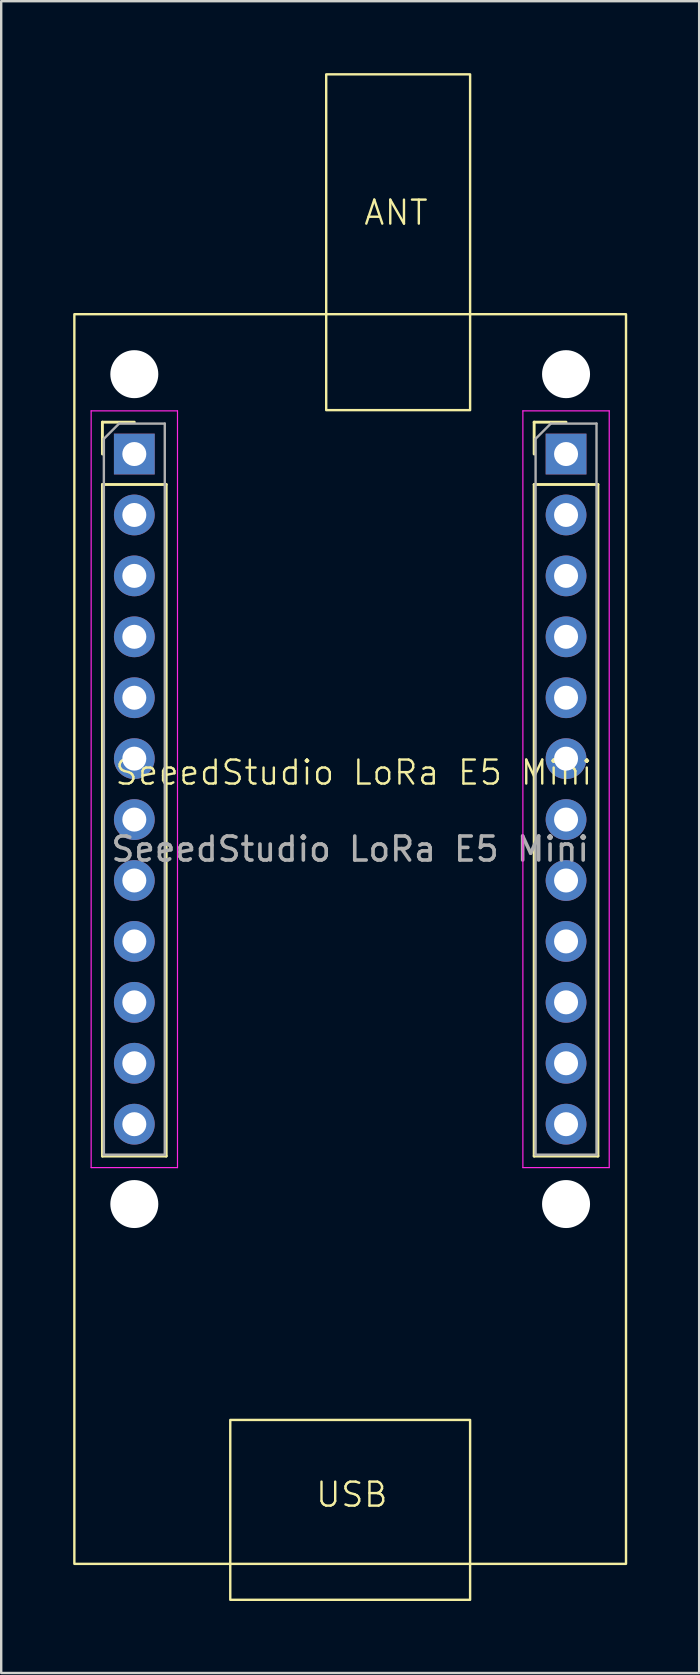
<source format=kicad_pcb>
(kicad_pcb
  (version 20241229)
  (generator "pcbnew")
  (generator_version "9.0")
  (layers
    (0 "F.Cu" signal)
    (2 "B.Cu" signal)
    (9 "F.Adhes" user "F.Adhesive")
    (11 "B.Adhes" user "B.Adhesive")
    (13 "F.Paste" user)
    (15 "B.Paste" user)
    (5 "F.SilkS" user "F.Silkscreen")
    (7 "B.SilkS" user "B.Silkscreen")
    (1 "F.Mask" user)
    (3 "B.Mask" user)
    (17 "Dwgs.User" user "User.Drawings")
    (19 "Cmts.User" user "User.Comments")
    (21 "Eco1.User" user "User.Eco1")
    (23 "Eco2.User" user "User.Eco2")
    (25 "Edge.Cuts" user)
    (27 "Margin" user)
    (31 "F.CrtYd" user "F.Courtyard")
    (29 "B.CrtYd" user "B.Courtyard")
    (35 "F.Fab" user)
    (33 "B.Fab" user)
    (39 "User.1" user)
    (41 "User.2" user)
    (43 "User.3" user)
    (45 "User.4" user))
  (footprint "SeeedStudio LoRa E5 Mini"
    (layer "F.Cu")
    (at 11.55 29.85)
    (property "Reference" "SeeedStudio LoRa E5 Mini" (at 0.15 -0.69 0) (unlocked yes) (layer "F.SilkS") (effects (font (size 1 1) (thickness 0.1))))
    (attr through_hole)
    (fp_line (start -10.33 -15.3) (end -9 -15.3) (stroke (width 0.12) (type solid)) (layer "F.SilkS"))
    (fp_line (start -10.33 -13.97) (end -10.33 -15.3) (stroke (width 0.12) (type solid)) (layer "F.SilkS"))
    (fp_line (start -10.33 -12.7) (end -10.33 15.3) (stroke (width 0.12) (type solid)) (layer "F.SilkS"))
    (fp_line (start -10.33 -12.7) (end -7.67 -12.7) (stroke (width 0.12) (type solid)) (layer "F.SilkS"))
    (fp_line (start -10.33 15.3) (end -7.67 15.3) (stroke (width 0.12) (type solid)) (layer "F.SilkS"))
    (fp_line (start -7.67 -12.7) (end -7.67 15.3) (stroke (width 0.12) (type solid)) (layer "F.SilkS"))
    (fp_line (start 7.67 -15.3) (end 9 -15.3) (stroke (width 0.12) (type solid)) (layer "F.SilkS"))
    (fp_line (start 7.67 -13.97) (end 7.67 -15.3) (stroke (width 0.12) (type solid)) (layer "F.SilkS"))
    (fp_line (start 7.67 -12.7) (end 7.67 15.3) (stroke (width 0.12) (type solid)) (layer "F.SilkS"))
    (fp_line (start 7.67 -12.7) (end 10.33 -12.7) (stroke (width 0.12) (type solid)) (layer "F.SilkS"))
    (fp_line (start 7.67 15.3) (end 10.33 15.3) (stroke (width 0.12) (type solid)) (layer "F.SilkS"))
    (fp_line (start 10.33 -12.7) (end 10.33 15.3) (stroke (width 0.12) (type solid)) (layer "F.SilkS"))
    (fp_rect (start -11.5 -19.8) (end 11.5 32.3) (stroke (width 0.1) (type default)) (fill no) (layer "F.SilkS"))
    (fp_rect (start -5 26.3) (end 5 33.8) (stroke (width 0.1) (type default)) (fill no) (layer "F.SilkS"))
    (fp_rect (start -1 -29.8) (end 5 -15.8) (stroke (width 0.1) (type default)) (fill no) (layer "F.SilkS"))
    (fp_line (start -10.8 -15.77) (end -10.8 15.78) (stroke (width 0.05) (type solid)) (layer "F.CrtYd"))
    (fp_line (start -10.8 15.78) (end -7.2 15.78) (stroke (width 0.05) (type solid)) (layer "F.CrtYd"))
    (fp_line (start -7.2 -15.77) (end -10.8 -15.77) (stroke (width 0.05) (type solid)) (layer "F.CrtYd"))
    (fp_line (start -7.2 15.78) (end -7.2 -15.77) (stroke (width 0.05) (type solid)) (layer "F.CrtYd"))
    (fp_line (start 7.2 -15.77) (end 7.2 15.78) (stroke (width 0.05) (type solid)) (layer "F.CrtYd"))
    (fp_line (start 7.2 15.78) (end 10.8 15.78) (stroke (width 0.05) (type solid)) (layer "F.CrtYd"))
    (fp_line (start 10.8 -15.77) (end 7.2 -15.77) (stroke (width 0.05) (type solid)) (layer "F.CrtYd"))
    (fp_line (start 10.8 15.78) (end 10.8 -15.77) (stroke (width 0.05) (type solid)) (layer "F.CrtYd"))
    (fp_line (start -10.27 -14.605) (end -9.635 -15.24) (stroke (width 0.1) (type solid)) (layer "F.Fab"))
    (fp_line (start -10.27 15.24) (end -10.27 -14.605) (stroke (width 0.1) (type solid)) (layer "F.Fab"))
    (fp_line (start -9.635 -15.24) (end -7.73 -15.24) (stroke (width 0.1) (type solid)) (layer "F.Fab"))
    (fp_line (start -7.73 -15.24) (end -7.73 15.24) (stroke (width 0.1) (type solid)) (layer "F.Fab"))
    (fp_line (start -7.73 15.24) (end -10.27 15.24) (stroke (width 0.1) (type solid)) (layer "F.Fab"))
    (fp_line (start 7.73 -14.605) (end 8.365 -15.24) (stroke (width 0.1) (type solid)) (layer "F.Fab"))
    (fp_line (start 7.73 15.24) (end 7.73 -14.605) (stroke (width 0.1) (type solid)) (layer "F.Fab"))
    (fp_line (start 8.365 -15.24) (end 10.27 -15.24) (stroke (width 0.1) (type solid)) (layer "F.Fab"))
    (fp_line (start 10.27 -15.24) (end 10.27 15.24) (stroke (width 0.1) (type solid)) (layer "F.Fab"))
    (fp_line (start 10.27 15.24) (end 7.73 15.24) (stroke (width 0.1) (type solid)) (layer "F.Fab"))
    (fp_text user "USB" (at -1.5 30 0) (unlocked yes) (layer "F.SilkS") (effects (font (size 1 1) (thickness 0.1)) (justify left bottom)))
    (fp_text user "ANT" (at 0.51 -23.45 0) (unlocked yes) (layer "F.SilkS") (effects (font (size 1 1) (thickness 0.1)) (justify left bottom)))
    (fp_text user "${REFERENCE}" (at 0 2.5 0) (unlocked yes) (layer "F.Fab") (effects (font (size 1 1) (thickness 0.15))))
    (pad "" np_thru_hole circle (at -9 -17.3) (size 2 2) (drill 2) (layers "*.Cu" "*.Mask"))
    (pad "" np_thru_hole circle (at -9 17.3) (size 2 2) (drill 2) (layers "*.Cu" "*.Mask"))
    (pad "" np_thru_hole circle (at 9 -17.3) (size 2 2) (drill 2) (layers "*.Cu" "*.Mask"))
    (pad "" np_thru_hole circle (at 9 17.3) (size 2 2) (drill 2) (layers "*.Cu" "*.Mask"))
    (pad "1" thru_hole rect (at -9 -13.97) (size 1.7 1.7) (drill 1) (layers "*.Cu" "*.Mask"))
    (pad "2" thru_hole oval (at -9 -11.43) (size 1.7 1.7) (drill 1) (layers "*.Cu" "*.Mask"))
    (pad "3" thru_hole oval (at -9 -8.89) (size 1.7 1.7) (drill 1) (layers "*.Cu" "*.Mask"))
    (pad "4" thru_hole oval (at -9 -6.35) (size 1.7 1.7) (drill 1) (layers "*.Cu" "*.Mask"))
    (pad "5" thru_hole oval (at -9 -3.81) (size 1.7 1.7) (drill 1) (layers "*.Cu" "*.Mask"))
    (pad "6" thru_hole oval (at -9 -1.27) (size 1.7 1.7) (drill 1) (layers "*.Cu" "*.Mask"))
    (pad "7" thru_hole oval (at -9 1.27) (size 1.7 1.7) (drill 1) (layers "*.Cu" "*.Mask"))
    (pad "7" thru_hole oval (at 9 13.97) (size 1.7 1.7) (drill 1) (layers "*.Cu" "*.Mask"))
    (pad "8" thru_hole oval (at -9 3.81) (size 1.7 1.7) (drill 1) (layers "*.Cu" "*.Mask"))
    (pad "9" thru_hole oval (at -9 6.35) (size 1.7 1.7) (drill 1) (layers "*.Cu" "*.Mask"))
    (pad "10" thru_hole oval (at -9 8.89) (size 1.7 1.7) (drill 1) (layers "*.Cu" "*.Mask"))
    (pad "11" thru_hole oval (at -9 11.43) (size 1.7 1.7) (drill 1) (layers "*.Cu" "*.Mask"))
    (pad "12" thru_hole oval (at -9 13.97) (size 1.7 1.7) (drill 1) (layers "*.Cu" "*.Mask"))
    (pad "13" thru_hole rect (at 9 -13.97) (size 1.7 1.7) (drill 1) (layers "*.Cu" "*.Mask"))
    (pad "14" thru_hole oval (at 9 -11.43) (size 1.7 1.7) (drill 1) (layers "*.Cu" "*.Mask"))
    (pad "15" thru_hole oval (at 9 -8.89) (size 1.7 1.7) (drill 1) (layers "*.Cu" "*.Mask"))
    (pad "16" thru_hole oval (at 9 -6.35) (size 1.7 1.7) (drill 1) (layers "*.Cu" "*.Mask"))
    (pad "17" thru_hole oval (at 9 -3.81) (size 1.7 1.7) (drill 1) (layers "*.Cu" "*.Mask"))
    (pad "18" thru_hole oval (at 9 -1.27) (size 1.7 1.7) (drill 1) (layers "*.Cu" "*.Mask"))
    (pad "19" thru_hole oval (at 9 1.27) (size 1.7 1.7) (drill 1) (layers "*.Cu" "*.Mask"))
    (pad "20" thru_hole oval (at 9 3.81) (size 1.7 1.7) (drill 1) (layers "*.Cu" "*.Mask"))
    (pad "21" thru_hole oval (at 9 6.35) (size 1.7 1.7) (drill 1) (layers "*.Cu" "*.Mask"))
    (pad "22" thru_hole oval (at 9 8.89) (size 1.7 1.7) (drill 1) (layers "*.Cu" "*.Mask"))
    (pad "23" thru_hole oval (at 9 11.43) (size 1.7 1.7) (drill 1) (layers "*.Cu" "*.Mask")))
  (gr_rect
    (start -3 -3)
    (end 26.1 66.7)
    (stroke (width 0.1) (type default))
    (fill no)
    (layer "Edge.Cuts")))
</source>
